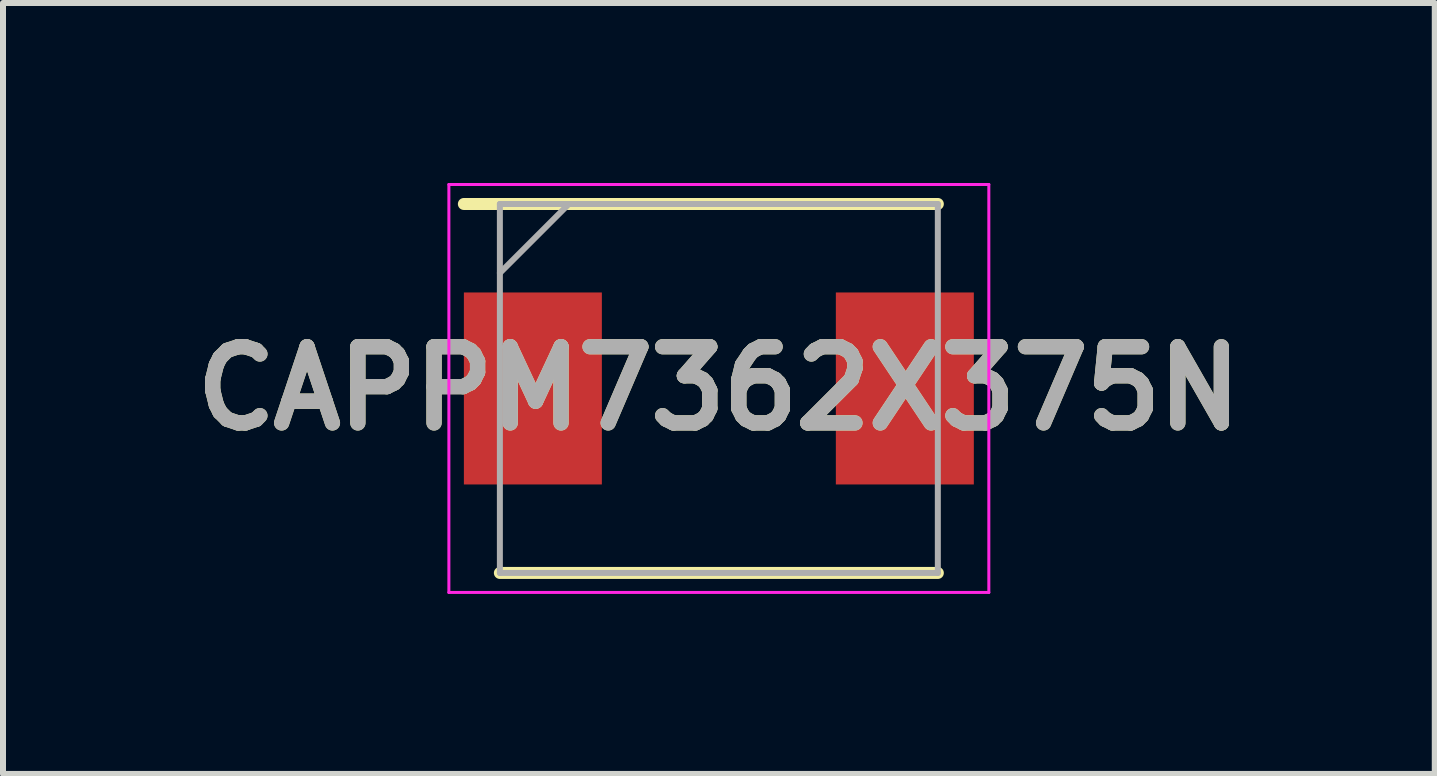
<source format=kicad_pcb>
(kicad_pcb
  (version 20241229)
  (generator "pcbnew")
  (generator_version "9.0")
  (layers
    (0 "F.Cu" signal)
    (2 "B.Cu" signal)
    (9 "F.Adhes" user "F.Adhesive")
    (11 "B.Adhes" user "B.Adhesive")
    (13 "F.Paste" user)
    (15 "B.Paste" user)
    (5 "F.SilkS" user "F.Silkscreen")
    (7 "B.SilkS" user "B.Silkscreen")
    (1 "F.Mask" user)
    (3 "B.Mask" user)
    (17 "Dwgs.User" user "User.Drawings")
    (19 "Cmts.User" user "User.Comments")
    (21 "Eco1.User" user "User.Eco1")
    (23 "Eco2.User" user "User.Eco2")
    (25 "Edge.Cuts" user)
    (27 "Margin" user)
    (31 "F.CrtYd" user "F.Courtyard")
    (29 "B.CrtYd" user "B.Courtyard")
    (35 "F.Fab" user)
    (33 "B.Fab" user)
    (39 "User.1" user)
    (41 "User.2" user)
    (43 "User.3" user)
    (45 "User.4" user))
  (footprint "CAPPM7362X375N"
    (layer "F.Cu")
    (at 8.932 3.425)
    (property "Reference" "CAPPM7362X375N" (at 0 0 0) (layer "F.SilkS") (effects (font (size 1.27 1.27) (thickness 0.254))))
    (attr smd)
    (fp_line (start -3.65 3.075) (end 3.65 3.075) (stroke (width 0.2) (type solid)) (layer "F.SilkS"))
    (fp_line (start 3.65 -3.075) (end -4.25 -3.075) (stroke (width 0.2) (type solid)) (layer "F.SilkS"))
    (fp_line (start -4.5 -3.4) (end 4.5 -3.4) (stroke (width 0.05) (type solid)) (layer "F.CrtYd"))
    (fp_line (start -4.5 3.4) (end -4.5 -3.4) (stroke (width 0.05) (type solid)) (layer "F.CrtYd"))
    (fp_line (start 4.5 -3.4) (end 4.5 3.4) (stroke (width 0.05) (type solid)) (layer "F.CrtYd"))
    (fp_line (start 4.5 3.4) (end -4.5 3.4) (stroke (width 0.05) (type solid)) (layer "F.CrtYd"))
    (fp_line (start -3.65 -3.075) (end 3.65 -3.075) (stroke (width 0.1) (type solid)) (layer "F.Fab"))
    (fp_line (start -3.65 -1.925) (end -2.5 -3.075) (stroke (width 0.1) (type solid)) (layer "F.Fab"))
    (fp_line (start -3.65 3.075) (end -3.65 -3.075) (stroke (width 0.1) (type solid)) (layer "F.Fab"))
    (fp_line (start 3.65 -3.075) (end 3.65 3.075) (stroke (width 0.1) (type solid)) (layer "F.Fab"))
    (fp_line (start 3.65 3.075) (end -3.65 3.075) (stroke (width 0.1) (type solid)) (layer "F.Fab"))
    (fp_text user "${REFERENCE}" (at 0 0 0) (layer "F.Fab") (effects (font (size 1.27 1.27) (thickness 0.254))))
    (pad "1" smd rect (at -3.1 0) (size 2.3 3.2) (layers "F.Cu" "F.Mask" "F.Paste"))
    (pad "2" smd rect (at 3.1 0) (size 2.3 3.2) (layers "F.Cu" "F.Mask" "F.Paste")))
  (gr_rect
    (start -3 -3)
    (end 20.865 9.85)
    (stroke (width 0.1) (type default))
    (fill no)
    (layer "Edge.Cuts")))
</source>
